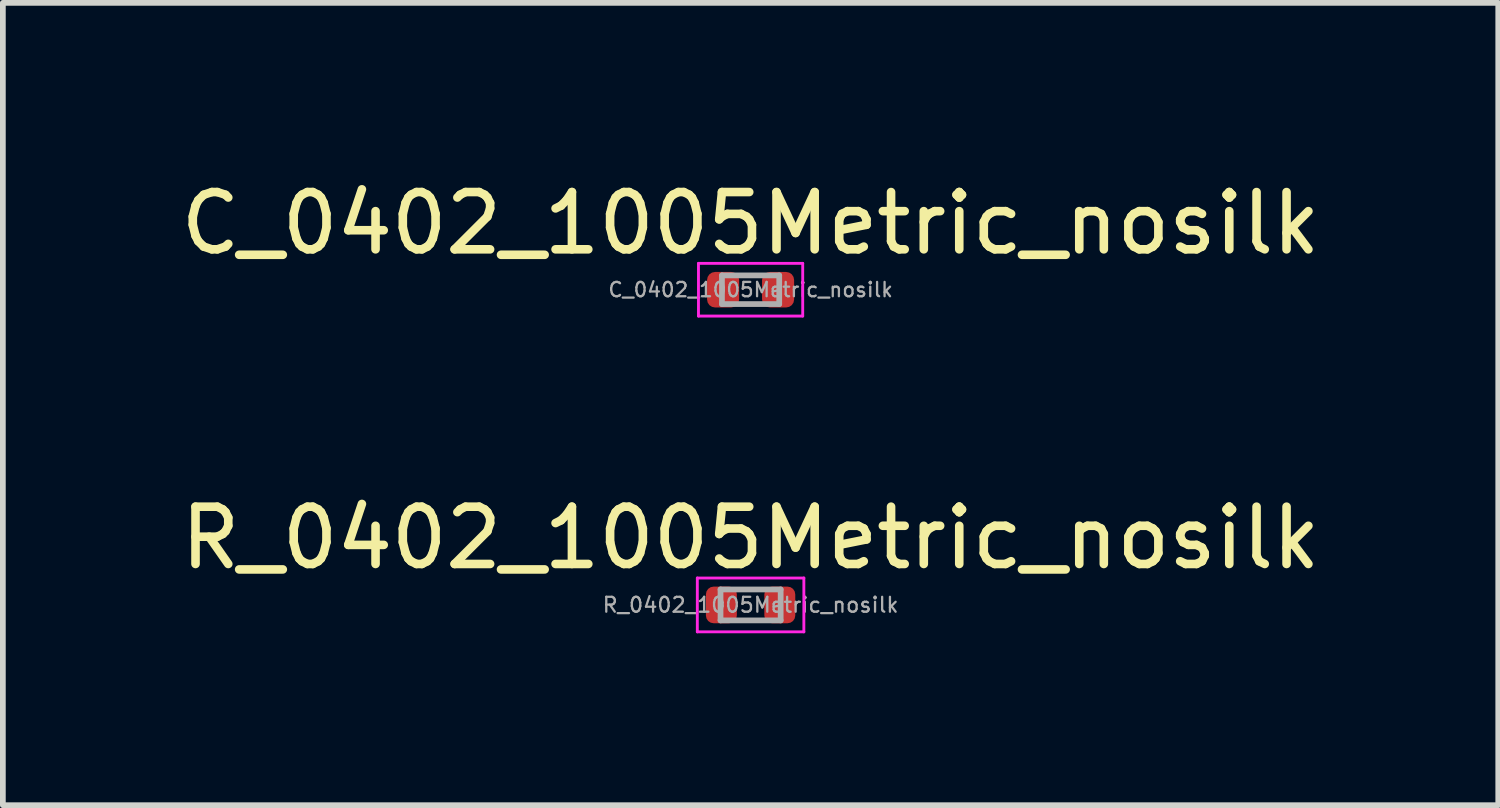
<source format=kicad_pcb>
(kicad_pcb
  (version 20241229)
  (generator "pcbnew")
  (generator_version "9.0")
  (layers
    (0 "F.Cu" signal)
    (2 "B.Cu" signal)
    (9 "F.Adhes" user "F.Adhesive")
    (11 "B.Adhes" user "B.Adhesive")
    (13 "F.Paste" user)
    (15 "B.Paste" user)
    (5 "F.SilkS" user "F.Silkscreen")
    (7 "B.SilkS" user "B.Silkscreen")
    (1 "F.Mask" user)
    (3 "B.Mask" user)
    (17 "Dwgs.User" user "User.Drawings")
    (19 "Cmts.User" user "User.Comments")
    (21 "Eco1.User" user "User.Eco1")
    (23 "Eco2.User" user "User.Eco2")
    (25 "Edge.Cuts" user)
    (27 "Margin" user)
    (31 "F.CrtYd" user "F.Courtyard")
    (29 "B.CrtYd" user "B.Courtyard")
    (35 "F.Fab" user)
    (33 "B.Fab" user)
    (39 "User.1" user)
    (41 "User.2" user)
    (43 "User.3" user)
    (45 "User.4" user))
  (footprint "C_0402_1005Metric_nosilk"
    (layer "F.Cu")
    (at 10.054 2.008)
    (property "Reference" "C_0402_1005Metric_nosilk" (at 0 -1.16 0) (layer "F.SilkS") (effects (font (size 1 1) (thickness 0.15))))
    (attr smd)
    (fp_line (start -0.91 -0.46) (end 0.91 -0.46) (stroke (width 0.05) (type solid)) (layer "F.CrtYd"))
    (fp_line (start -0.91 0.46) (end -0.91 -0.46) (stroke (width 0.05) (type solid)) (layer "F.CrtYd"))
    (fp_line (start 0.91 -0.46) (end 0.91 0.46) (stroke (width 0.05) (type solid)) (layer "F.CrtYd"))
    (fp_line (start 0.91 0.46) (end -0.91 0.46) (stroke (width 0.05) (type solid)) (layer "F.CrtYd"))
    (fp_line (start -0.5 -0.25) (end 0.5 -0.25) (stroke (width 0.1) (type solid)) (layer "F.Fab"))
    (fp_line (start -0.5 0.25) (end -0.5 -0.25) (stroke (width 0.1) (type solid)) (layer "F.Fab"))
    (fp_line (start 0.5 -0.25) (end 0.5 0.25) (stroke (width 0.1) (type solid)) (layer "F.Fab"))
    (fp_line (start 0.5 0.25) (end -0.5 0.25) (stroke (width 0.1) (type solid)) (layer "F.Fab"))
    (fp_text user "${REFERENCE}" (at 0 0 0) (layer "F.Fab") (effects (font (size 0.25 0.25) (thickness 0.04))))
    (pad "1" smd roundrect (at -0.48 0) (size 0.56 0.62) (layers "F.Cu" "F.Mask" "F.Paste") (roundrect_rratio 0.25))
    (pad "2" smd roundrect (at 0.48 0) (size 0.56 0.62) (layers "F.Cu" "F.Mask" "F.Paste") (roundrect_rratio 0.25)))
  (footprint "R_0402_1005Metric_nosilk"
    (layer "F.Cu")
    (at 10.054 7.511)
    (property "Reference" "R_0402_1005Metric_nosilk" (at 0 -1.17 0) (layer "F.SilkS") (effects (font (size 1 1) (thickness 0.15))))
    (attr smd)
    (fp_line (start -0.93 -0.47) (end 0.93 -0.47) (stroke (width 0.05) (type solid)) (layer "F.CrtYd"))
    (fp_line (start -0.93 0.47) (end -0.93 -0.47) (stroke (width 0.05) (type solid)) (layer "F.CrtYd"))
    (fp_line (start 0.93 -0.47) (end 0.93 0.47) (stroke (width 0.05) (type solid)) (layer "F.CrtYd"))
    (fp_line (start 0.93 0.47) (end -0.93 0.47) (stroke (width 0.05) (type solid)) (layer "F.CrtYd"))
    (fp_line (start -0.525 -0.27) (end 0.525 -0.27) (stroke (width 0.1) (type solid)) (layer "F.Fab"))
    (fp_line (start -0.525 0.27) (end -0.525 -0.27) (stroke (width 0.1) (type solid)) (layer "F.Fab"))
    (fp_line (start 0.525 -0.27) (end 0.525 0.27) (stroke (width 0.1) (type solid)) (layer "F.Fab"))
    (fp_line (start 0.525 0.27) (end -0.525 0.27) (stroke (width 0.1) (type solid)) (layer "F.Fab"))
    (fp_text user "${REFERENCE}" (at 0 0 0) (layer "F.Fab") (effects (font (size 0.26 0.26) (thickness 0.04))))
    (pad "1" smd roundrect (at -0.51 0) (size 0.54 0.64) (layers "F.Cu" "F.Mask" "F.Paste") (roundrect_rratio 0.25))
    (pad "2" smd roundrect (at 0.51 0) (size 0.54 0.64) (layers "F.Cu" "F.Mask" "F.Paste") (roundrect_rratio 0.25)))
  (gr_rect
    (start -3 -3)
    (end 23.107 11.007)
    (stroke (width 0.1) (type default))
    (fill no)
    (layer "Edge.Cuts")))
</source>
